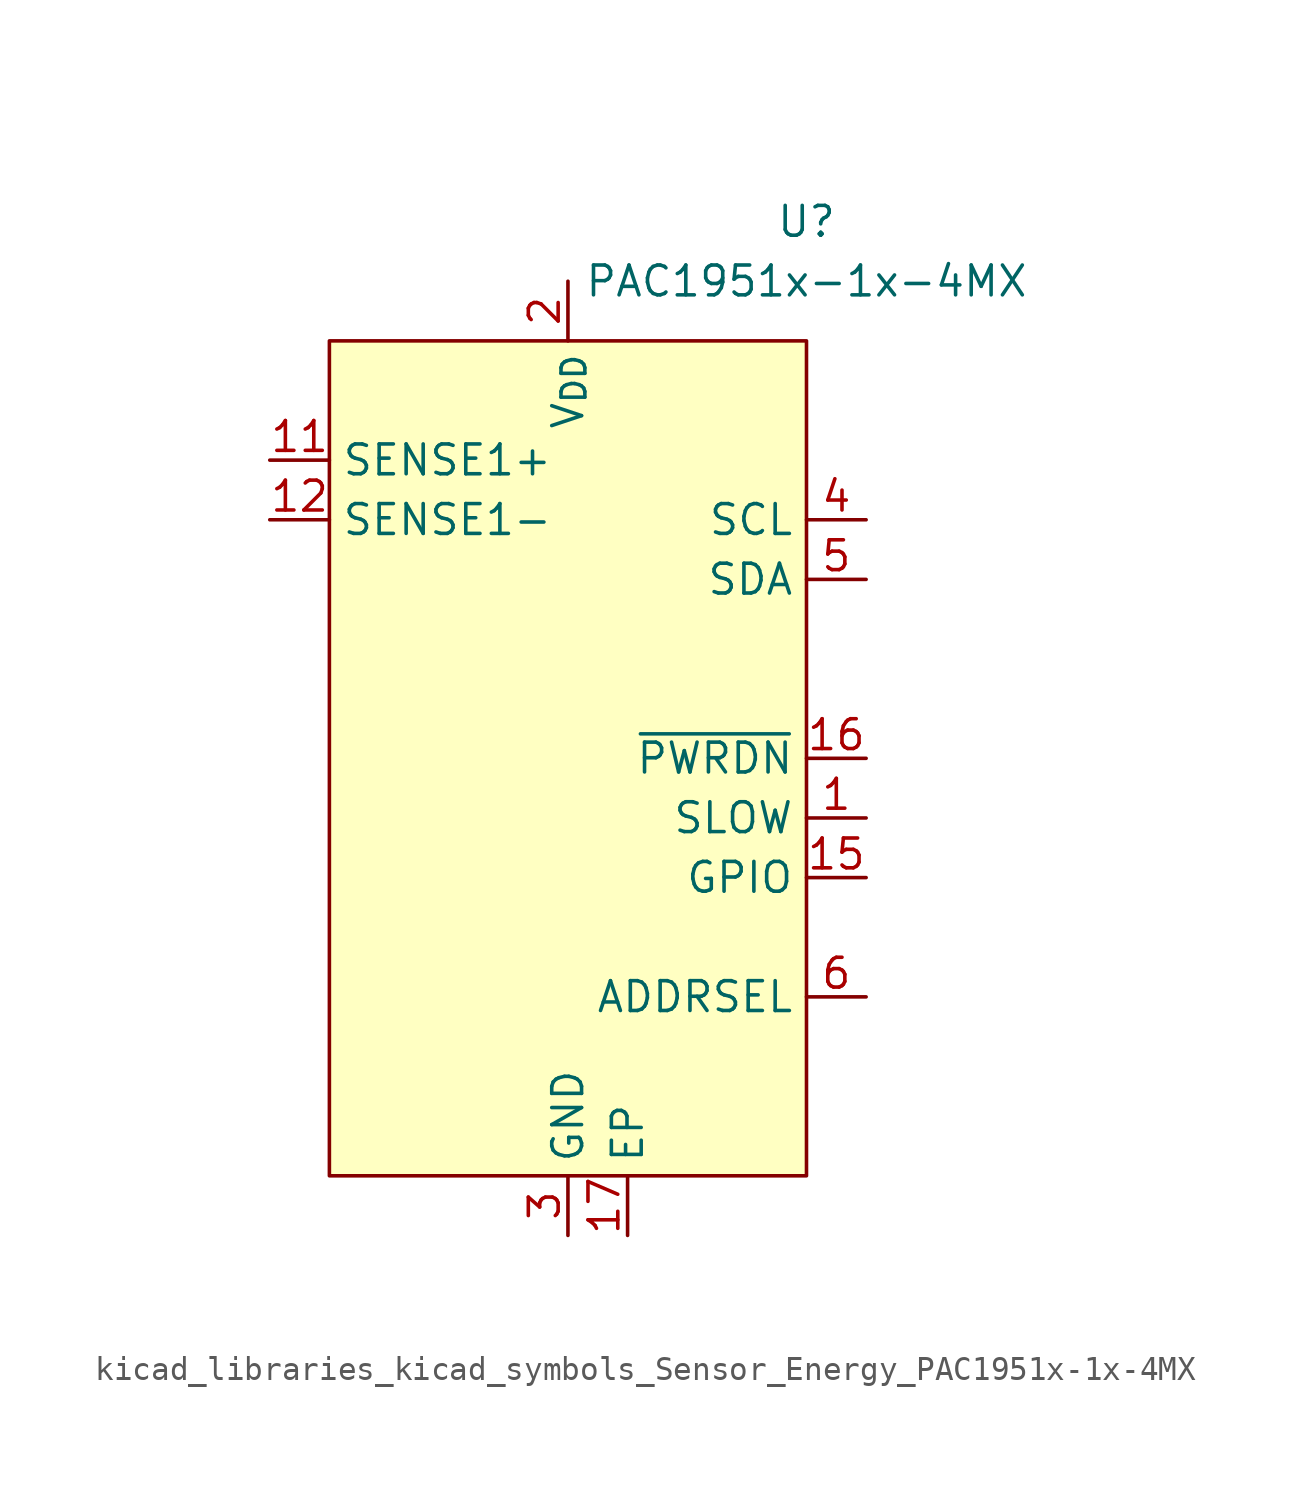
<source format=kicad_sym>
(kicad_symbol_lib
  (version 20220914)
  (generator kicad_symbol_editor)
  (symbol "kicad_libraries_kicad_symbols_Sensor_Energy_PAC1951x-1x-4MX"
    (property "Reference" "U"
      (at 10.16 22.86 0)
      (effects (font (size 1.27 1.27))))
    (property "Value" "PAC1951x-1x-4MX"
      (at 10.16 20.32 0)
      (effects (font (size 1.27 1.27))))
    (symbol "kicad_libraries_kicad_symbols_Sensor_Energy_PAC1951x-1x-4MX_0_0"
      (pin input line (at 12.7 -2.54 180) (length 2.54) (name "SLOW" (effects (font (size 1.27 1.27)))) (number "1" (effects (font (size 1.27 1.27)))) (alternate "GPIO" bidirectional line) (alternate "~{ALERT1}" open_collector line))
      (pin passive line (at 0 -20.32 90) (length 2.54) hide (name "GND" (effects (font (size 1.27 1.27)))) (number "10" (effects (font (size 1.27 1.27)))))
      (pin input line (at -12.7 12.7 0) (length 2.54) (name "SENSE1+" (effects (font (size 1.27 1.27)))) (number "11" (effects (font (size 1.27 1.27)))))
      (pin input line (at -12.7 10.16 0) (length 2.54) (name "SENSE1-" (effects (font (size 1.27 1.27)))) (number "12" (effects (font (size 1.27 1.27)))))
      (pin passive line (at 0 -20.32 90) (length 2.54) hide (name "GND" (effects (font (size 1.27 1.27)))) (number "13" (effects (font (size 1.27 1.27)))))
      (pin passive line (at 0 -20.32 90) (length 2.54) hide (name "GND" (effects (font (size 1.27 1.27)))) (number "14" (effects (font (size 1.27 1.27)))))
      (pin bidirectional line (at 12.7 -5.08 180) (length 2.54) (name "GPIO" (effects (font (size 1.27 1.27)))) (number "15" (effects (font (size 1.27 1.27)))) (alternate "~{ALERT2}" open_collector line))
      (pin input line (at 12.7 0 180) (length 2.54) (name "~{PWRDN}" (effects (font (size 1.27 1.27)))) (number "16" (effects (font (size 1.27 1.27)))))
      (pin passive line (at 2.54 -20.32 90) (length 2.54) (name "EP" (effects (font (size 1.27 1.27)))) (number "17" (effects (font (size 1.27 1.27)))))
      (pin power_in line (at 0 20.32 270) (length 2.54) (name "V_{DD}" (effects (font (size 1.27 1.27)))) (number "2" (effects (font (size 1.27 1.27)))))
      (pin power_in line (at 0 -20.32 90) (length 2.54) (name "GND" (effects (font (size 1.27 1.27)))) (number "3" (effects (font (size 1.27 1.27)))))
      (pin input line (at 12.7 10.16 180) (length 2.54) (name "SCL" (effects (font (size 1.27 1.27)))) (number "4" (effects (font (size 1.27 1.27)))) (alternate "SM_CLK" input line))
      (pin bidirectional line (at 12.7 7.62 180) (length 2.54) (name "SDA" (effects (font (size 1.27 1.27)))) (number "5" (effects (font (size 1.27 1.27)))) (alternate "SM_DATA" bidirectional line))
      (pin passive line (at 12.7 -10.16 180) (length 2.54) (name "ADDRSEL" (effects (font (size 1.27 1.27)))) (number "6" (effects (font (size 1.27 1.27)))))
      (pin passive line (at 0 -20.32 90) (length 2.54) hide (name "GND" (effects (font (size 1.27 1.27)))) (number "7" (effects (font (size 1.27 1.27)))))
      (pin passive line (at 0 -20.32 90) (length 2.54) hide (name "GND" (effects (font (size 1.27 1.27)))) (number "8" (effects (font (size 1.27 1.27)))))
      (pin passive line (at 0 -20.32 90) (length 2.54) hide (name "GND" (effects (font (size 1.27 1.27)))) (number "9" (effects (font (size 1.27 1.27))))))
    (symbol "kicad_libraries_kicad_symbols_Sensor_Energy_PAC1951x-1x-4MX_0_1"
      (rectangle (start -10.16 17.78) (end 10.16 -17.78) (stroke (width 0) (type default)) (fill (type background))))))
</source>
